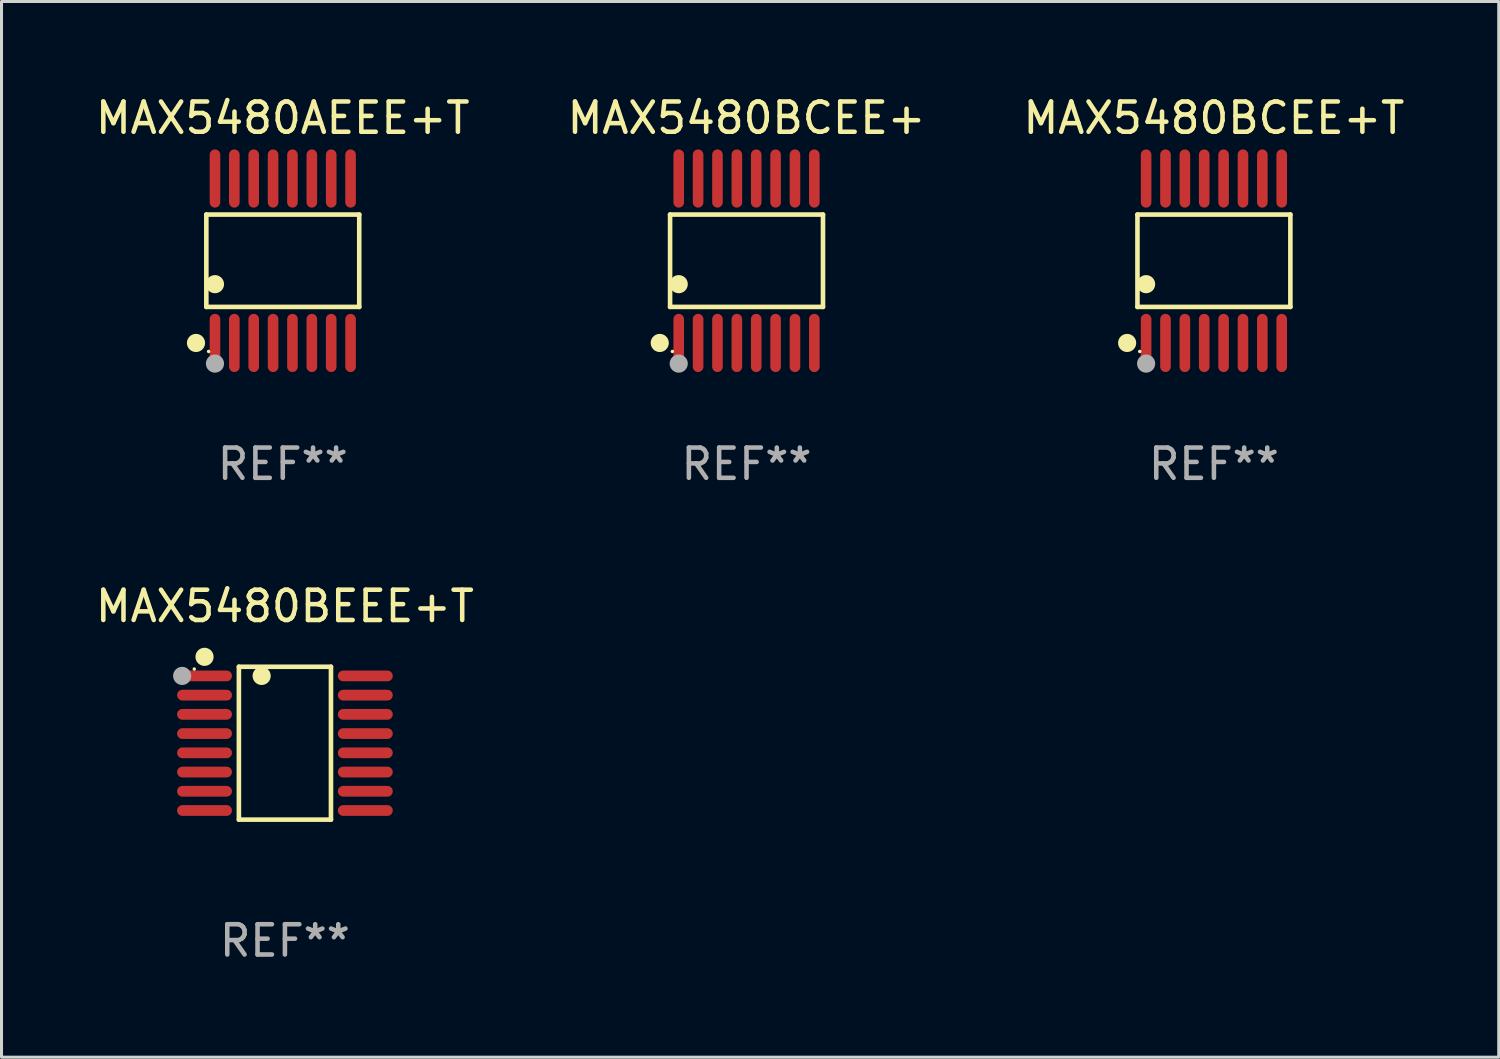
<source format=kicad_pcb>
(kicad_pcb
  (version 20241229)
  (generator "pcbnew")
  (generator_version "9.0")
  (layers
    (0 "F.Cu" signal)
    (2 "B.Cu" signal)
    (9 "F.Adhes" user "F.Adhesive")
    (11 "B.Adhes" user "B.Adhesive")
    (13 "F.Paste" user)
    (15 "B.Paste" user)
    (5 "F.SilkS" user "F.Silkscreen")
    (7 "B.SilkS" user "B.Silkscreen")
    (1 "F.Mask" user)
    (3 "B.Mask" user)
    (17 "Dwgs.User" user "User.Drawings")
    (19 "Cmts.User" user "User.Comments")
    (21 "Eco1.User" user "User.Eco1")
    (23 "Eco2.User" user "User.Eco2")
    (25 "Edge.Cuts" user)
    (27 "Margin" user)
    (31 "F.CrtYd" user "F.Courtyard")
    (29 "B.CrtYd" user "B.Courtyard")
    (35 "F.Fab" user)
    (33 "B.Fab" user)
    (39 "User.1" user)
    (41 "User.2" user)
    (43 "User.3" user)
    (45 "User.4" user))
  (footprint "MAX5480BCEE+T"
    (layer "F.Cu")
    (at 37.054 5.564)
    (property "Reference" "MAX5480BCEE+T" (at 0 -4.716 0) (layer "F.SilkS") (effects (font (size 1 1) (thickness 0.15))))
    (attr through_hole)
    (fp_line (start -2.526 -1.526) (end 2.526 -1.526) (stroke (width 0.152) (type solid)) (layer "F.SilkS"))
    (fp_line (start -2.526 1.526) (end -2.526 -1.526) (stroke (width 0.152) (type solid)) (layer "F.SilkS"))
    (fp_line (start 2.526 -1.526) (end 2.526 1.526) (stroke (width 0.152) (type solid)) (layer "F.SilkS"))
    (fp_line (start 2.526 1.526) (end -2.526 1.526) (stroke (width 0.152) (type solid)) (layer "F.SilkS"))
    (fp_circle (center -2.867 2.716) (end -2.717 2.716) (stroke (width 0.3) (type solid)) (fill no) (layer "F.SilkS"))
    (fp_circle (center -2.45 2.997) (end -2.42 2.997) (stroke (width 0.06) (type solid)) (fill no) (layer "F.SilkS"))
    (fp_circle (center -2.24 0.774) (end -2.09 0.774) (stroke (width 0.3) (type solid)) (fill no) (layer "F.SilkS"))
    (fp_circle (center -2.24 3.398) (end -2.09 3.398) (stroke (width 0.3) (type solid)) (fill no) (layer "F.Fab"))
    (fp_text user "REF**" (at 0 6.716 0) (layer "F.Fab") (effects (font (size 1 1) (thickness 0.15))))
    (pad "1" smd oval (at -2.24 2.716) (size 0.35 1.922) (layers "F.Cu" "F.Mask" "F.Paste"))
    (pad "2" smd oval (at -1.6 2.716) (size 0.35 1.922) (layers "F.Cu" "F.Mask" "F.Paste"))
    (pad "3" smd oval (at -0.96 2.716) (size 0.35 1.922) (layers "F.Cu" "F.Mask" "F.Paste"))
    (pad "4" smd oval (at -0.32 2.716) (size 0.35 1.922) (layers "F.Cu" "F.Mask" "F.Paste"))
    (pad "5" smd oval (at 0.32 2.716) (size 0.35 1.922) (layers "F.Cu" "F.Mask" "F.Paste"))
    (pad "6" smd oval (at 0.96 2.716) (size 0.35 1.922) (layers "F.Cu" "F.Mask" "F.Paste"))
    (pad "7" smd oval (at 1.6 2.716) (size 0.35 1.922) (layers "F.Cu" "F.Mask" "F.Paste"))
    (pad "8" smd oval (at 2.24 2.716) (size 0.35 1.922) (layers "F.Cu" "F.Mask" "F.Paste"))
    (pad "9" smd oval (at 2.24 -2.716) (size 0.35 1.922) (layers "F.Cu" "F.Mask" "F.Paste"))
    (pad "10" smd oval (at 1.6 -2.716) (size 0.35 1.922) (layers "F.Cu" "F.Mask" "F.Paste"))
    (pad "11" smd oval (at 0.96 -2.716) (size 0.35 1.922) (layers "F.Cu" "F.Mask" "F.Paste"))
    (pad "12" smd oval (at 0.32 -2.716) (size 0.35 1.922) (layers "F.Cu" "F.Mask" "F.Paste"))
    (pad "13" smd oval (at -0.32 -2.716) (size 0.35 1.922) (layers "F.Cu" "F.Mask" "F.Paste"))
    (pad "14" smd oval (at -0.96 -2.716) (size 0.35 1.922) (layers "F.Cu" "F.Mask" "F.Paste"))
    (pad "15" smd oval (at -1.6 -2.716) (size 0.35 1.922) (layers "F.Cu" "F.Mask" "F.Paste"))
    (pad "16" smd oval (at -2.24 -2.716) (size 0.35 1.922) (layers "F.Cu" "F.Mask" "F.Paste")))
  (footprint "MAX5480BCEE+"
    (layer "F.Cu")
    (at 21.613 5.564)
    (property "Reference" "MAX5480BCEE+" (at 0 -4.716 0) (layer "F.SilkS") (effects (font (size 1 1) (thickness 0.15))))
    (attr through_hole)
    (fp_line (start -2.526 -1.526) (end 2.526 -1.526) (stroke (width 0.152) (type solid)) (layer "F.SilkS"))
    (fp_line (start -2.526 1.526) (end -2.526 -1.526) (stroke (width 0.152) (type solid)) (layer "F.SilkS"))
    (fp_line (start 2.526 -1.526) (end 2.526 1.526) (stroke (width 0.152) (type solid)) (layer "F.SilkS"))
    (fp_line (start 2.526 1.526) (end -2.526 1.526) (stroke (width 0.152) (type solid)) (layer "F.SilkS"))
    (fp_circle (center -2.867 2.716) (end -2.717 2.716) (stroke (width 0.3) (type solid)) (fill no) (layer "F.SilkS"))
    (fp_circle (center -2.45 2.997) (end -2.42 2.997) (stroke (width 0.06) (type solid)) (fill no) (layer "F.SilkS"))
    (fp_circle (center -2.24 0.774) (end -2.09 0.774) (stroke (width 0.3) (type solid)) (fill no) (layer "F.SilkS"))
    (fp_circle (center -2.24 3.398) (end -2.09 3.398) (stroke (width 0.3) (type solid)) (fill no) (layer "F.Fab"))
    (fp_text user "REF**" (at 0 6.716 0) (layer "F.Fab") (effects (font (size 1 1) (thickness 0.15))))
    (pad "1" smd oval (at -2.24 2.716) (size 0.35 1.922) (layers "F.Cu" "F.Mask" "F.Paste"))
    (pad "2" smd oval (at -1.6 2.716) (size 0.35 1.922) (layers "F.Cu" "F.Mask" "F.Paste"))
    (pad "3" smd oval (at -0.96 2.716) (size 0.35 1.922) (layers "F.Cu" "F.Mask" "F.Paste"))
    (pad "4" smd oval (at -0.32 2.716) (size 0.35 1.922) (layers "F.Cu" "F.Mask" "F.Paste"))
    (pad "5" smd oval (at 0.32 2.716) (size 0.35 1.922) (layers "F.Cu" "F.Mask" "F.Paste"))
    (pad "6" smd oval (at 0.96 2.716) (size 0.35 1.922) (layers "F.Cu" "F.Mask" "F.Paste"))
    (pad "7" smd oval (at 1.6 2.716) (size 0.35 1.922) (layers "F.Cu" "F.Mask" "F.Paste"))
    (pad "8" smd oval (at 2.24 2.716) (size 0.35 1.922) (layers "F.Cu" "F.Mask" "F.Paste"))
    (pad "9" smd oval (at 2.24 -2.716) (size 0.35 1.922) (layers "F.Cu" "F.Mask" "F.Paste"))
    (pad "10" smd oval (at 1.6 -2.716) (size 0.35 1.922) (layers "F.Cu" "F.Mask" "F.Paste"))
    (pad "11" smd oval (at 0.96 -2.716) (size 0.35 1.922) (layers "F.Cu" "F.Mask" "F.Paste"))
    (pad "12" smd oval (at 0.32 -2.716) (size 0.35 1.922) (layers "F.Cu" "F.Mask" "F.Paste"))
    (pad "13" smd oval (at -0.32 -2.716) (size 0.35 1.922) (layers "F.Cu" "F.Mask" "F.Paste"))
    (pad "14" smd oval (at -0.96 -2.716) (size 0.35 1.922) (layers "F.Cu" "F.Mask" "F.Paste"))
    (pad "15" smd oval (at -1.6 -2.716) (size 0.35 1.922) (layers "F.Cu" "F.Mask" "F.Paste"))
    (pad "16" smd oval (at -2.24 -2.716) (size 0.35 1.922) (layers "F.Cu" "F.Mask" "F.Paste")))
  (footprint "MAX5480BEEE+T"
    (layer "F.Cu")
    (at 6.363 21.503)
    (property "Reference" "MAX5480BEEE+T" (at 0 -4.526 0) (layer "F.SilkS") (effects (font (size 1 1) (thickness 0.15))))
    (attr through_hole)
    (fp_line (start -1.521 -2.526) (end 1.521 -2.526) (stroke (width 0.152) (type solid)) (layer "F.SilkS"))
    (fp_line (start -1.521 2.526) (end -1.521 -2.526) (stroke (width 0.152) (type solid)) (layer "F.SilkS"))
    (fp_line (start 1.521 -2.526) (end 1.521 2.526) (stroke (width 0.152) (type solid)) (layer "F.SilkS"))
    (fp_line (start 1.521 2.526) (end -1.521 2.526) (stroke (width 0.152) (type solid)) (layer "F.SilkS"))
    (fp_circle (center -2.995 -2.45) (end -2.965 -2.45) (stroke (width 0.06) (type solid)) (fill no) (layer "F.SilkS"))
    (fp_circle (center -2.656 -2.853) (end -2.506 -2.853) (stroke (width 0.3) (type solid)) (fill no) (layer "F.SilkS"))
    (fp_circle (center -0.769 -2.223) (end -0.619 -2.223) (stroke (width 0.3) (type solid)) (fill no) (layer "F.SilkS"))
    (fp_circle (center -3.395 -2.223) (end -3.245 -2.223) (stroke (width 0.3) (type solid)) (fill no) (layer "F.Fab"))
    (fp_text user "REF**" (at 0 6.526 0) (layer "F.Fab") (effects (font (size 1 1) (thickness 0.15))))
    (pad "1" smd oval (at -2.656 -2.223 270) (size 0.356 1.813) (layers "F.Cu" "F.Mask" "F.Paste"))
    (pad "2" smd oval (at -2.656 -1.588 270) (size 0.356 1.813) (layers "F.Cu" "F.Mask" "F.Paste"))
    (pad "3" smd oval (at -2.656 -0.953 270) (size 0.356 1.813) (layers "F.Cu" "F.Mask" "F.Paste"))
    (pad "4" smd oval (at -2.656 -0.318 270) (size 0.356 1.813) (layers "F.Cu" "F.Mask" "F.Paste"))
    (pad "5" smd oval (at -2.656 0.318 270) (size 0.356 1.813) (layers "F.Cu" "F.Mask" "F.Paste"))
    (pad "6" smd oval (at -2.656 0.953 270) (size 0.356 1.813) (layers "F.Cu" "F.Mask" "F.Paste"))
    (pad "7" smd oval (at -2.656 1.588 270) (size 0.356 1.813) (layers "F.Cu" "F.Mask" "F.Paste"))
    (pad "8" smd oval (at -2.656 2.223 270) (size 0.356 1.813) (layers "F.Cu" "F.Mask" "F.Paste"))
    (pad "9" smd oval (at 2.656 2.223 270) (size 0.356 1.813) (layers "F.Cu" "F.Mask" "F.Paste"))
    (pad "10" smd oval (at 2.656 1.588 270) (size 0.356 1.813) (layers "F.Cu" "F.Mask" "F.Paste"))
    (pad "11" smd oval (at 2.656 0.953 270) (size 0.356 1.813) (layers "F.Cu" "F.Mask" "F.Paste"))
    (pad "12" smd oval (at 2.656 0.318 270) (size 0.356 1.813) (layers "F.Cu" "F.Mask" "F.Paste"))
    (pad "13" smd oval (at 2.656 -0.318 270) (size 0.356 1.813) (layers "F.Cu" "F.Mask" "F.Paste"))
    (pad "14" smd oval (at 2.656 -0.953 270) (size 0.356 1.813) (layers "F.Cu" "F.Mask" "F.Paste"))
    (pad "15" smd oval (at 2.656 -1.588 270) (size 0.356 1.813) (layers "F.Cu" "F.Mask" "F.Paste"))
    (pad "16" smd oval (at 2.656 -2.223 270) (size 0.356 1.813) (layers "F.Cu" "F.Mask" "F.Paste")))
  (footprint "MAX5480AEEE+T"
    (layer "F.Cu")
    (at 6.292 5.564)
    (property "Reference" "MAX5480AEEE+T" (at 0 -4.716 0) (layer "F.SilkS") (effects (font (size 1 1) (thickness 0.15))))
    (attr through_hole)
    (fp_line (start -2.526 -1.526) (end 2.526 -1.526) (stroke (width 0.152) (type solid)) (layer "F.SilkS"))
    (fp_line (start -2.526 1.526) (end -2.526 -1.526) (stroke (width 0.152) (type solid)) (layer "F.SilkS"))
    (fp_line (start 2.526 -1.526) (end 2.526 1.526) (stroke (width 0.152) (type solid)) (layer "F.SilkS"))
    (fp_line (start 2.526 1.526) (end -2.526 1.526) (stroke (width 0.152) (type solid)) (layer "F.SilkS"))
    (fp_circle (center -2.867 2.716) (end -2.717 2.716) (stroke (width 0.3) (type solid)) (fill no) (layer "F.SilkS"))
    (fp_circle (center -2.45 2.997) (end -2.42 2.997) (stroke (width 0.06) (type solid)) (fill no) (layer "F.SilkS"))
    (fp_circle (center -2.24 0.774) (end -2.09 0.774) (stroke (width 0.3) (type solid)) (fill no) (layer "F.SilkS"))
    (fp_circle (center -2.24 3.398) (end -2.09 3.398) (stroke (width 0.3) (type solid)) (fill no) (layer "F.Fab"))
    (fp_text user "REF**" (at 0 6.716 0) (layer "F.Fab") (effects (font (size 1 1) (thickness 0.15))))
    (pad "1" smd oval (at -2.24 2.716) (size 0.35 1.922) (layers "F.Cu" "F.Mask" "F.Paste"))
    (pad "2" smd oval (at -1.6 2.716) (size 0.35 1.922) (layers "F.Cu" "F.Mask" "F.Paste"))
    (pad "3" smd oval (at -0.96 2.716) (size 0.35 1.922) (layers "F.Cu" "F.Mask" "F.Paste"))
    (pad "4" smd oval (at -0.32 2.716) (size 0.35 1.922) (layers "F.Cu" "F.Mask" "F.Paste"))
    (pad "5" smd oval (at 0.32 2.716) (size 0.35 1.922) (layers "F.Cu" "F.Mask" "F.Paste"))
    (pad "6" smd oval (at 0.96 2.716) (size 0.35 1.922) (layers "F.Cu" "F.Mask" "F.Paste"))
    (pad "7" smd oval (at 1.6 2.716) (size 0.35 1.922) (layers "F.Cu" "F.Mask" "F.Paste"))
    (pad "8" smd oval (at 2.24 2.716) (size 0.35 1.922) (layers "F.Cu" "F.Mask" "F.Paste"))
    (pad "9" smd oval (at 2.24 -2.716) (size 0.35 1.922) (layers "F.Cu" "F.Mask" "F.Paste"))
    (pad "10" smd oval (at 1.6 -2.716) (size 0.35 1.922) (layers "F.Cu" "F.Mask" "F.Paste"))
    (pad "11" smd oval (at 0.96 -2.716) (size 0.35 1.922) (layers "F.Cu" "F.Mask" "F.Paste"))
    (pad "12" smd oval (at 0.32 -2.716) (size 0.35 1.922) (layers "F.Cu" "F.Mask" "F.Paste"))
    (pad "13" smd oval (at -0.32 -2.716) (size 0.35 1.922) (layers "F.Cu" "F.Mask" "F.Paste"))
    (pad "14" smd oval (at -0.96 -2.716) (size 0.35 1.922) (layers "F.Cu" "F.Mask" "F.Paste"))
    (pad "15" smd oval (at -1.6 -2.716) (size 0.35 1.922) (layers "F.Cu" "F.Mask" "F.Paste"))
    (pad "16" smd oval (at -2.24 -2.716) (size 0.35 1.922) (layers "F.Cu" "F.Mask" "F.Paste")))
  (gr_rect
    (start -3 -3)
    (end 46.464 31.877)
    (stroke (width 0.1) (type default))
    (fill no)
    (layer "Edge.Cuts")))
</source>
